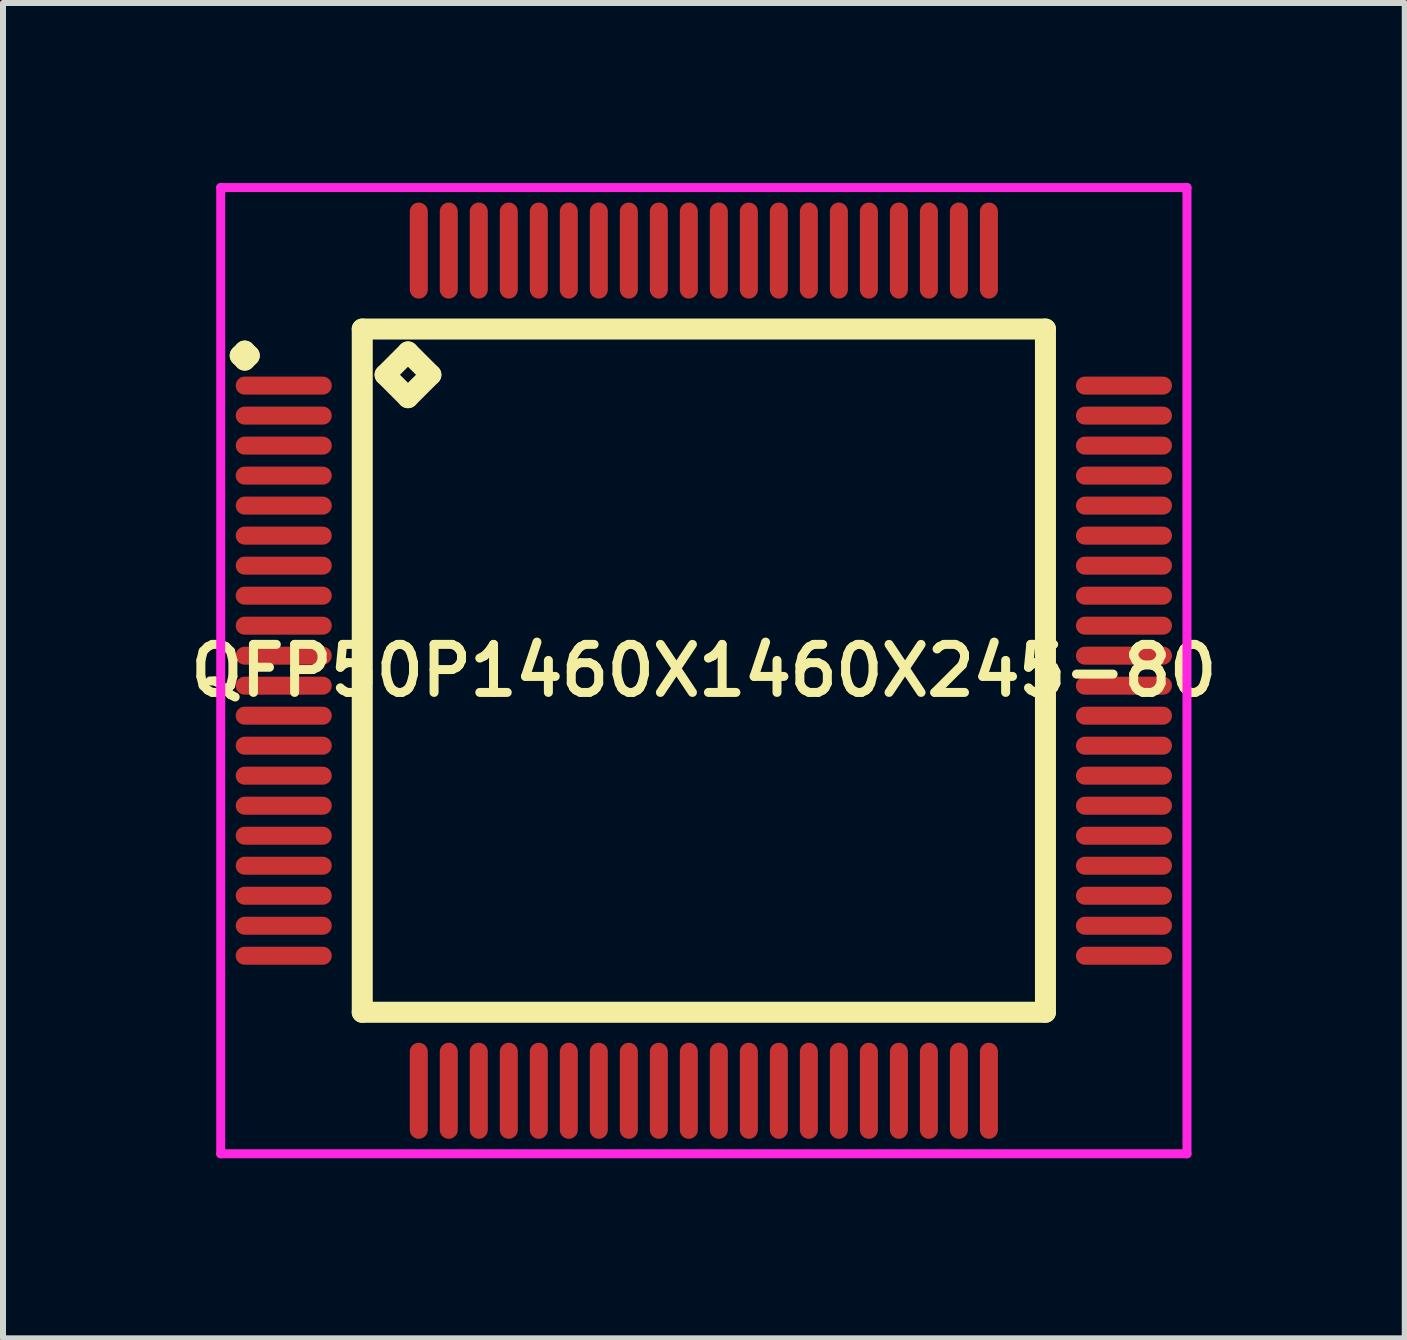
<source format=kicad_pcb>
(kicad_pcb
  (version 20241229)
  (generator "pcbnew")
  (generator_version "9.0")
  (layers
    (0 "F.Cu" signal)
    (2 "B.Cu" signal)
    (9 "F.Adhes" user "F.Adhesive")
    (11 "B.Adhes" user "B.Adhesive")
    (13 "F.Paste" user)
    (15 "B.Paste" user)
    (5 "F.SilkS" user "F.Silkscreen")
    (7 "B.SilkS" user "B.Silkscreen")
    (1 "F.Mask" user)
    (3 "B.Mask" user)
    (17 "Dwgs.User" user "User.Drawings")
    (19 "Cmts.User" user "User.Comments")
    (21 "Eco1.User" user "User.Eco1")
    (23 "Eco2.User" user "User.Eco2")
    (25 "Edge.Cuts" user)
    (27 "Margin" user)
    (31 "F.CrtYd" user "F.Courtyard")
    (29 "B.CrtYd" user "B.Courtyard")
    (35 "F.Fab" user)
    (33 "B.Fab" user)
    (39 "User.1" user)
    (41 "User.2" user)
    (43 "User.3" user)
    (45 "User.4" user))
  (footprint "QFP50P1460X1460X245-80"
    (layer "F.Cu")
    (at 8.678 8.125)
    (property "Reference" "QFP50P1460X1460X245-80" (at 0 0 0) (layer "F.SilkS") (effects (font (size 0.8 0.8) (thickness 0.15))))
    (attr smd)
    (fp_line (start -7.725 -5.25) (end -7.65 -5.325) (stroke (width 0.35) (type solid)) (layer "F.SilkS"))
    (fp_line (start -7.65 -5.325) (end -7.575 -5.25) (stroke (width 0.35) (type solid)) (layer "F.SilkS"))
    (fp_line (start -7.65 -5.175) (end -7.725 -5.25) (stroke (width 0.35) (type solid)) (layer "F.SilkS"))
    (fp_line (start -7.575 -5.25) (end -7.65 -5.175) (stroke (width 0.35) (type solid)) (layer "F.SilkS"))
    (fp_line (start -5.692 -5.692) (end -5.692 5.692) (stroke (width 0.35) (type solid)) (layer "F.SilkS"))
    (fp_line (start -5.692 5.692) (end 5.692 5.692) (stroke (width 0.35) (type solid)) (layer "F.SilkS"))
    (fp_line (start -5.311 -4.93) (end -4.93 -5.311) (stroke (width 0.35) (type solid)) (layer "F.SilkS"))
    (fp_line (start -4.93 -5.311) (end -4.549 -4.93) (stroke (width 0.35) (type solid)) (layer "F.SilkS"))
    (fp_line (start -4.93 -4.549) (end -5.311 -4.93) (stroke (width 0.35) (type solid)) (layer "F.SilkS"))
    (fp_line (start -4.549 -4.93) (end -4.93 -4.549) (stroke (width 0.35) (type solid)) (layer "F.SilkS"))
    (fp_line (start 5.692 -5.692) (end -5.692 -5.692) (stroke (width 0.35) (type solid)) (layer "F.SilkS"))
    (fp_line (start 5.692 5.692) (end 5.692 -5.692) (stroke (width 0.35) (type solid)) (layer "F.SilkS"))
    (fp_line (start -8.05 -8.05) (end 8.05 -8.05) (stroke (width 0.15) (type solid)) (layer "F.CrtYd"))
    (fp_line (start -8.05 8.05) (end -8.05 -8.05) (stroke (width 0.15) (type solid)) (layer "F.CrtYd"))
    (fp_line (start 8.05 -8.05) (end 8.05 8.05) (stroke (width 0.15) (type solid)) (layer "F.CrtYd"))
    (fp_line (start 8.05 8.05) (end -8.05 8.05) (stroke (width 0.15) (type solid)) (layer "F.CrtYd"))
    (pad "1" smd oval (at -7 -4.75) (size 1.6 0.3) (layers "F.Cu" "F.Mask" "F.Paste"))
    (pad "2" smd oval (at -7 -4.25) (size 1.6 0.3) (layers "F.Cu" "F.Mask" "F.Paste"))
    (pad "3" smd oval (at -7 -3.75) (size 1.6 0.3) (layers "F.Cu" "F.Mask" "F.Paste"))
    (pad "4" smd oval (at -7 -3.25) (size 1.6 0.3) (layers "F.Cu" "F.Mask" "F.Paste"))
    (pad "5" smd oval (at -7 -2.75) (size 1.6 0.3) (layers "F.Cu" "F.Mask" "F.Paste"))
    (pad "6" smd oval (at -7 -2.25) (size 1.6 0.3) (layers "F.Cu" "F.Mask" "F.Paste"))
    (pad "7" smd oval (at -7 -1.75) (size 1.6 0.3) (layers "F.Cu" "F.Mask" "F.Paste"))
    (pad "8" smd oval (at -7 -1.25) (size 1.6 0.3) (layers "F.Cu" "F.Mask" "F.Paste"))
    (pad "9" smd oval (at -7 -0.75) (size 1.6 0.3) (layers "F.Cu" "F.Mask" "F.Paste"))
    (pad "10" smd oval (at -7 -0.25) (size 1.6 0.3) (layers "F.Cu" "F.Mask" "F.Paste"))
    (pad "11" smd oval (at -7 0.25) (size 1.6 0.3) (layers "F.Cu" "F.Mask" "F.Paste"))
    (pad "12" smd oval (at -7 0.75) (size 1.6 0.3) (layers "F.Cu" "F.Mask" "F.Paste"))
    (pad "13" smd oval (at -7 1.25) (size 1.6 0.3) (layers "F.Cu" "F.Mask" "F.Paste"))
    (pad "14" smd oval (at -7 1.75) (size 1.6 0.3) (layers "F.Cu" "F.Mask" "F.Paste"))
    (pad "15" smd oval (at -7 2.25) (size 1.6 0.3) (layers "F.Cu" "F.Mask" "F.Paste"))
    (pad "16" smd oval (at -7 2.75) (size 1.6 0.3) (layers "F.Cu" "F.Mask" "F.Paste"))
    (pad "17" smd oval (at -7 3.25) (size 1.6 0.3) (layers "F.Cu" "F.Mask" "F.Paste"))
    (pad "18" smd oval (at -7 3.75) (size 1.6 0.3) (layers "F.Cu" "F.Mask" "F.Paste"))
    (pad "19" smd oval (at -7 4.25) (size 1.6 0.3) (layers "F.Cu" "F.Mask" "F.Paste"))
    (pad "20" smd oval (at -7 4.75) (size 1.6 0.3) (layers "F.Cu" "F.Mask" "F.Paste"))
    (pad "21" smd oval (at -4.75 7) (size 0.3 1.6) (layers "F.Cu" "F.Mask" "F.Paste"))
    (pad "22" smd oval (at -4.25 7) (size 0.3 1.6) (layers "F.Cu" "F.Mask" "F.Paste"))
    (pad "23" smd oval (at -3.75 7) (size 0.3 1.6) (layers "F.Cu" "F.Mask" "F.Paste"))
    (pad "24" smd oval (at -3.25 7) (size 0.3 1.6) (layers "F.Cu" "F.Mask" "F.Paste"))
    (pad "25" smd oval (at -2.75 7) (size 0.3 1.6) (layers "F.Cu" "F.Mask" "F.Paste"))
    (pad "26" smd oval (at -2.25 7) (size 0.3 1.6) (layers "F.Cu" "F.Mask" "F.Paste"))
    (pad "27" smd oval (at -1.75 7) (size 0.3 1.6) (layers "F.Cu" "F.Mask" "F.Paste"))
    (pad "28" smd oval (at -1.25 7) (size 0.3 1.6) (layers "F.Cu" "F.Mask" "F.Paste"))
    (pad "29" smd oval (at -0.75 7) (size 0.3 1.6) (layers "F.Cu" "F.Mask" "F.Paste"))
    (pad "30" smd oval (at -0.25 7) (size 0.3 1.6) (layers "F.Cu" "F.Mask" "F.Paste"))
    (pad "31" smd oval (at 0.25 7) (size 0.3 1.6) (layers "F.Cu" "F.Mask" "F.Paste"))
    (pad "32" smd oval (at 0.75 7) (size 0.3 1.6) (layers "F.Cu" "F.Mask" "F.Paste"))
    (pad "33" smd oval (at 1.25 7) (size 0.3 1.6) (layers "F.Cu" "F.Mask" "F.Paste"))
    (pad "34" smd oval (at 1.75 7) (size 0.3 1.6) (layers "F.Cu" "F.Mask" "F.Paste"))
    (pad "35" smd oval (at 2.25 7) (size 0.3 1.6) (layers "F.Cu" "F.Mask" "F.Paste"))
    (pad "36" smd oval (at 2.75 7) (size 0.3 1.6) (layers "F.Cu" "F.Mask" "F.Paste"))
    (pad "37" smd oval (at 3.25 7) (size 0.3 1.6) (layers "F.Cu" "F.Mask" "F.Paste"))
    (pad "38" smd oval (at 3.75 7) (size 0.3 1.6) (layers "F.Cu" "F.Mask" "F.Paste"))
    (pad "39" smd oval (at 4.25 7) (size 0.3 1.6) (layers "F.Cu" "F.Mask" "F.Paste"))
    (pad "40" smd oval (at 4.75 7) (size 0.3 1.6) (layers "F.Cu" "F.Mask" "F.Paste"))
    (pad "41" smd oval (at 7 4.75) (size 1.6 0.3) (layers "F.Cu" "F.Mask" "F.Paste"))
    (pad "42" smd oval (at 7 4.25) (size 1.6 0.3) (layers "F.Cu" "F.Mask" "F.Paste"))
    (pad "43" smd oval (at 7 3.75) (size 1.6 0.3) (layers "F.Cu" "F.Mask" "F.Paste"))
    (pad "44" smd oval (at 7 3.25) (size 1.6 0.3) (layers "F.Cu" "F.Mask" "F.Paste"))
    (pad "45" smd oval (at 7 2.75) (size 1.6 0.3) (layers "F.Cu" "F.Mask" "F.Paste"))
    (pad "46" smd oval (at 7 2.25) (size 1.6 0.3) (layers "F.Cu" "F.Mask" "F.Paste"))
    (pad "47" smd oval (at 7 1.75) (size 1.6 0.3) (layers "F.Cu" "F.Mask" "F.Paste"))
    (pad "48" smd oval (at 7 1.25) (size 1.6 0.3) (layers "F.Cu" "F.Mask" "F.Paste"))
    (pad "49" smd oval (at 7 0.75) (size 1.6 0.3) (layers "F.Cu" "F.Mask" "F.Paste"))
    (pad "50" smd oval (at 7 0.25) (size 1.6 0.3) (layers "F.Cu" "F.Mask" "F.Paste"))
    (pad "51" smd oval (at 7 -0.25) (size 1.6 0.3) (layers "F.Cu" "F.Mask" "F.Paste"))
    (pad "52" smd oval (at 7 -0.75) (size 1.6 0.3) (layers "F.Cu" "F.Mask" "F.Paste"))
    (pad "53" smd oval (at 7 -1.25) (size 1.6 0.3) (layers "F.Cu" "F.Mask" "F.Paste"))
    (pad "54" smd oval (at 7 -1.75) (size 1.6 0.3) (layers "F.Cu" "F.Mask" "F.Paste"))
    (pad "55" smd oval (at 7 -2.25) (size 1.6 0.3) (layers "F.Cu" "F.Mask" "F.Paste"))
    (pad "56" smd oval (at 7 -2.75) (size 1.6 0.3) (layers "F.Cu" "F.Mask" "F.Paste"))
    (pad "57" smd oval (at 7 -3.25) (size 1.6 0.3) (layers "F.Cu" "F.Mask" "F.Paste"))
    (pad "58" smd oval (at 7 -3.75) (size 1.6 0.3) (layers "F.Cu" "F.Mask" "F.Paste"))
    (pad "59" smd oval (at 7 -4.25) (size 1.6 0.3) (layers "F.Cu" "F.Mask" "F.Paste"))
    (pad "60" smd oval (at 7 -4.75) (size 1.6 0.3) (layers "F.Cu" "F.Mask" "F.Paste"))
    (pad "61" smd oval (at 4.75 -7) (size 0.3 1.6) (layers "F.Cu" "F.Mask" "F.Paste"))
    (pad "62" smd oval (at 4.25 -7) (size 0.3 1.6) (layers "F.Cu" "F.Mask" "F.Paste"))
    (pad "63" smd oval (at 3.75 -7) (size 0.3 1.6) (layers "F.Cu" "F.Mask" "F.Paste"))
    (pad "64" smd oval (at 3.25 -7) (size 0.3 1.6) (layers "F.Cu" "F.Mask" "F.Paste"))
    (pad "65" smd oval (at 2.75 -7) (size 0.3 1.6) (layers "F.Cu" "F.Mask" "F.Paste"))
    (pad "66" smd oval (at 2.25 -7) (size 0.3 1.6) (layers "F.Cu" "F.Mask" "F.Paste"))
    (pad "67" smd oval (at 1.75 -7) (size 0.3 1.6) (layers "F.Cu" "F.Mask" "F.Paste"))
    (pad "68" smd oval (at 1.25 -7) (size 0.3 1.6) (layers "F.Cu" "F.Mask" "F.Paste"))
    (pad "69" smd oval (at 0.75 -7) (size 0.3 1.6) (layers "F.Cu" "F.Mask" "F.Paste"))
    (pad "70" smd oval (at 0.25 -7) (size 0.3 1.6) (layers "F.Cu" "F.Mask" "F.Paste"))
    (pad "71" smd oval (at -0.25 -7) (size 0.3 1.6) (layers "F.Cu" "F.Mask" "F.Paste"))
    (pad "72" smd oval (at -0.75 -7) (size 0.3 1.6) (layers "F.Cu" "F.Mask" "F.Paste"))
    (pad "73" smd oval (at -1.25 -7) (size 0.3 1.6) (layers "F.Cu" "F.Mask" "F.Paste"))
    (pad "74" smd oval (at -1.75 -7) (size 0.3 1.6) (layers "F.Cu" "F.Mask" "F.Paste"))
    (pad "75" smd oval (at -2.25 -7) (size 0.3 1.6) (layers "F.Cu" "F.Mask" "F.Paste"))
    (pad "76" smd oval (at -2.75 -7) (size 0.3 1.6) (layers "F.Cu" "F.Mask" "F.Paste"))
    (pad "77" smd oval (at -3.25 -7) (size 0.3 1.6) (layers "F.Cu" "F.Mask" "F.Paste"))
    (pad "78" smd oval (at -3.75 -7) (size 0.3 1.6) (layers "F.Cu" "F.Mask" "F.Paste"))
    (pad "79" smd oval (at -4.25 -7) (size 0.3 1.6) (layers "F.Cu" "F.Mask" "F.Paste"))
    (pad "80" smd oval (at -4.75 -7) (size 0.3 1.6) (layers "F.Cu" "F.Mask" "F.Paste")))
  (gr_rect
    (start -3 -3)
    (end 20.357 19.25)
    (stroke (width 0.1) (type default))
    (fill no)
    (layer "Edge.Cuts")))
</source>
